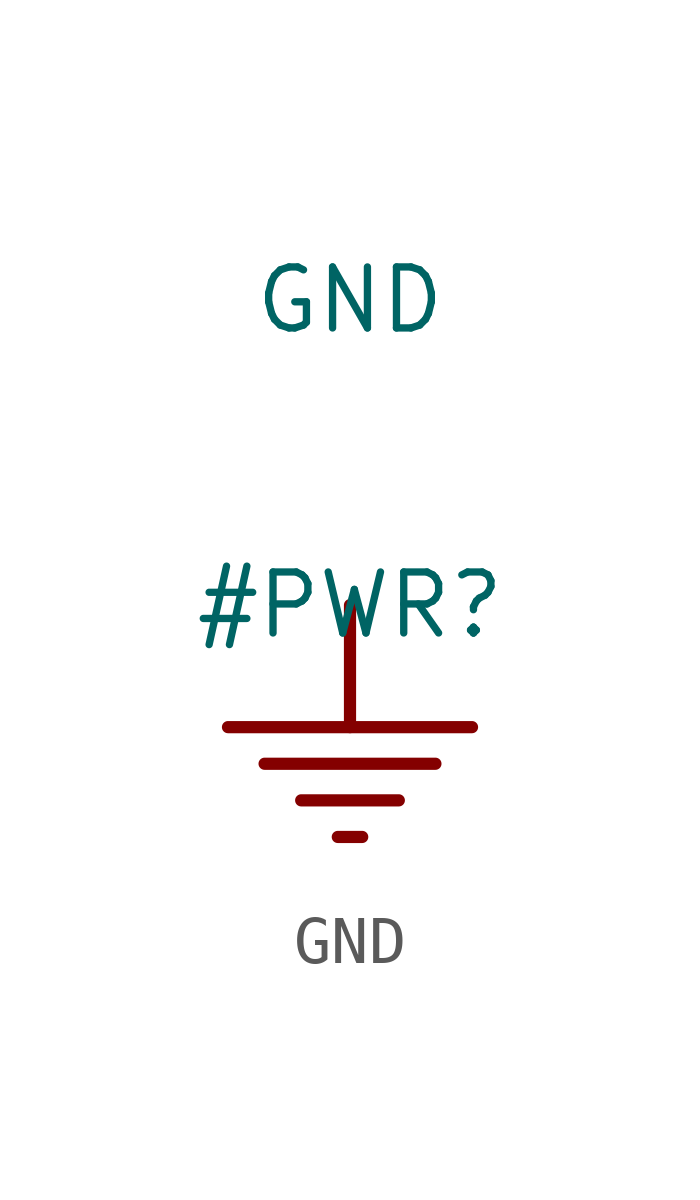
<source format=kicad_sym>
(kicad_symbol_lib
  (version 20210619)
  (generator kicad_symbol_editor)
  (symbol "OSD19001_BREAKOUTS-altium-import:GND"
    (power)
    (property "Reference" "#PWR"
      (at 0 0 0)
      (effects (font (size 1.27 1.27))))
    (property "Value" "GND"
      (at 0 6.35 0)
      (effects (font (size 1.27 1.27))))
    (symbol "GND_0_0"
      (polyline (pts (xy -0.254 -4.826) (xy 0.254 -4.826)) (stroke (width 0.254)) (fill (type none)))
      (polyline (pts (xy -2.54 -2.54) (xy 2.54 -2.54)) (stroke (width 0.254)) (fill (type none)))
      (polyline (pts (xy -1.778 -3.302) (xy 1.778 -3.302)) (stroke (width 0.254)) (fill (type none)))
      (polyline (pts (xy -1.016 -4.064) (xy 1.016 -4.064)) (stroke (width 0.254)) (fill (type none)))
      (polyline (pts (xy 0 0) (xy 0 -2.54)) (stroke (width 0.254)) (fill (type none)))
      (pin power_in line (at 0 0 0) (length 0) hide (name "GND" (effects (font (size 1.27 1.27)))) (number "" (effects (font (size 1.27 1.27))))))))
</source>
